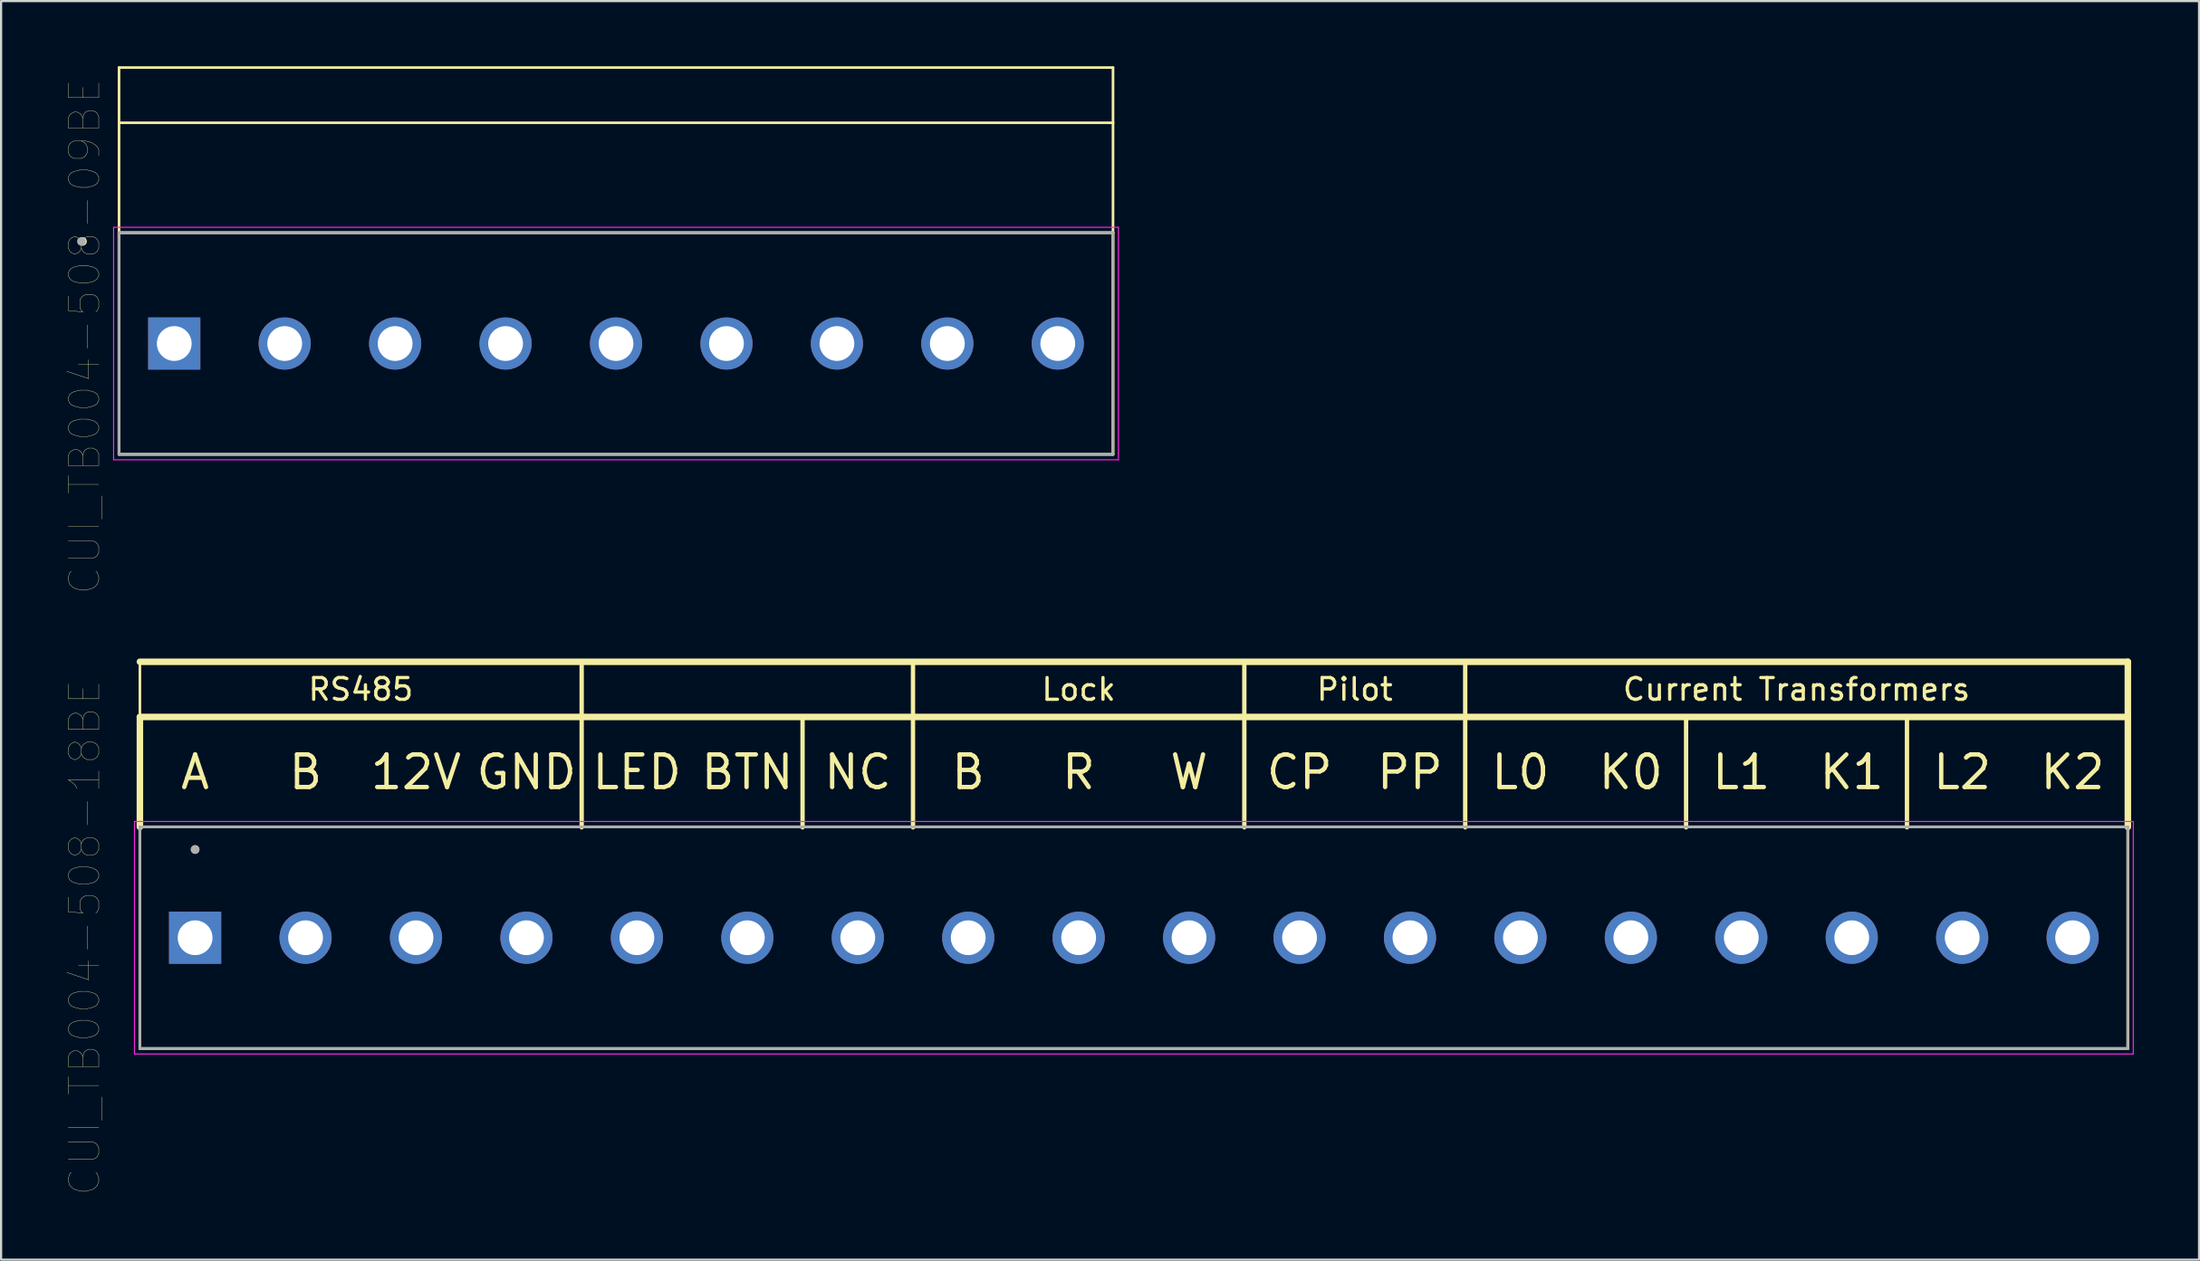
<source format=kicad_pcb>
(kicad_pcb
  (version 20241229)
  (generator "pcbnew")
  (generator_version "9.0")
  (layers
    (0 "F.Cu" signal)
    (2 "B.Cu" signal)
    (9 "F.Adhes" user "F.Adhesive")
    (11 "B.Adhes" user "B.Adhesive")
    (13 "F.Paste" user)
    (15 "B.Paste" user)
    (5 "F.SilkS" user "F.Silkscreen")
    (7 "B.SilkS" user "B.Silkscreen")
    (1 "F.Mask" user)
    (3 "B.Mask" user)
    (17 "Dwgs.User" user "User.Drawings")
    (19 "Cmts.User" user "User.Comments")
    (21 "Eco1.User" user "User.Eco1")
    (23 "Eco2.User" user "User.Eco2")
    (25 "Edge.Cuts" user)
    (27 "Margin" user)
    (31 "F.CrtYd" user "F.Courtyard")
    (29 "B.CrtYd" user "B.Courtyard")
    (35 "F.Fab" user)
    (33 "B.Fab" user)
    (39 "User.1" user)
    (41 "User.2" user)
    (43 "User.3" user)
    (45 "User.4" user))
  (footprint "CUI_TB004-508-18BE"
    (layer "F.Cu")
    (at 5.925 40.106)
    (property "Reference" "CUI_TB004-508-18BE" (at -5.08 0 270) (layer "F.SilkS") (effects (font (size 1.4 1.4) (thickness 0.015))))
    (attr through_hole)
    (fp_line (start -2.54 -12.7) (end 88.9 -12.7) (stroke (width 0.3) (type solid)) (layer "F.SilkS"))
    (fp_line (start -2.54 -10.16) (end -2.54 -12.7) (stroke (width 0.12) (type solid)) (layer "F.SilkS"))
    (fp_line (start -2.54 -10.16) (end 88.9 -10.16) (stroke (width 0.3) (type solid)) (layer "F.SilkS"))
    (fp_line (start -2.54 -5.1) (end -2.54 -10.16) (stroke (width 0.3) (type solid)) (layer "F.SilkS"))
    (fp_line (start -2.54 -5.1) (end 88.9 -5.1) (stroke (width 0.127) (type solid)) (layer "F.SilkS"))
    (fp_line (start -2.54 5.1) (end -2.54 -5.1) (stroke (width 0.127) (type solid)) (layer "F.SilkS"))
    (fp_line (start 17.78 -12.7) (end 17.78 -10.16) (stroke (width 0.2) (type solid)) (layer "F.SilkS"))
    (fp_line (start 17.78 -10.16) (end 17.78 -5.08) (stroke (width 0.2) (type solid)) (layer "F.SilkS"))
    (fp_line (start 27.94 -10.16) (end 27.94 -5.08) (stroke (width 0.2) (type solid)) (layer "F.SilkS"))
    (fp_line (start 33.02 -12.7) (end 33.02 -10.16) (stroke (width 0.2) (type solid)) (layer "F.SilkS"))
    (fp_line (start 33.02 -10.16) (end 33.02 -5.08) (stroke (width 0.2) (type solid)) (layer "F.SilkS"))
    (fp_line (start 48.26 -12.7) (end 48.26 -10.16) (stroke (width 0.2) (type solid)) (layer "F.SilkS"))
    (fp_line (start 48.26 -10.16) (end 48.26 -5.08) (stroke (width 0.2) (type solid)) (layer "F.SilkS"))
    (fp_line (start 58.42 -12.7) (end 58.42 -10.16) (stroke (width 0.2) (type solid)) (layer "F.SilkS"))
    (fp_line (start 58.42 -10.16) (end 58.42 -5.08) (stroke (width 0.2) (type solid)) (layer "F.SilkS"))
    (fp_line (start 68.58 -10.16) (end 68.58 -5.08) (stroke (width 0.2) (type solid)) (layer "F.SilkS"))
    (fp_line (start 78.74 -10.16) (end 78.74 -5.08) (stroke (width 0.2) (type solid)) (layer "F.SilkS"))
    (fp_line (start 88.9 -12.7) (end 88.9 -10.16) (stroke (width 0.3) (type solid)) (layer "F.SilkS"))
    (fp_line (start 88.9 -10.16) (end 88.9 -5.1) (stroke (width 0.3) (type solid)) (layer "F.SilkS"))
    (fp_line (start 88.9 -5.1) (end 88.9 5.1) (stroke (width 0.127) (type solid)) (layer "F.SilkS"))
    (fp_line (start 88.9 5.1) (end -2.54 5.1) (stroke (width 0.127) (type solid)) (layer "F.SilkS"))
    (fp_circle (center 0 -4.06) (end -0.1 -4.06) (stroke (width 0.2) (type solid)) (fill no) (layer "F.SilkS"))
    (fp_line (start -2.79 -5.35) (end 89.15 -5.35) (stroke (width 0.05) (type solid)) (layer "F.CrtYd"))
    (fp_line (start -2.79 5.35) (end -2.79 -5.35) (stroke (width 0.05) (type solid)) (layer "F.CrtYd"))
    (fp_line (start 89.15 -5.35) (end 89.15 5.35) (stroke (width 0.05) (type solid)) (layer "F.CrtYd"))
    (fp_line (start 89.15 5.35) (end -2.79 5.35) (stroke (width 0.05) (type solid)) (layer "F.CrtYd"))
    (fp_line (start -2.54 -5.1) (end 88.9 -5.1) (stroke (width 0.127) (type solid)) (layer "F.Fab"))
    (fp_line (start -2.54 5.1) (end -2.54 -5.1) (stroke (width 0.127) (type solid)) (layer "F.Fab"))
    (fp_line (start 88.9 -5.1) (end 88.9 5.1) (stroke (width 0.127) (type solid)) (layer "F.Fab"))
    (fp_line (start 88.9 5.1) (end -2.54 5.1) (stroke (width 0.127) (type solid)) (layer "F.Fab"))
    (fp_circle (center 0 -4.06) (end -0.1 -4.06) (stroke (width 0.2) (type solid)) (fill no) (layer "F.Fab"))
    (fp_text user "L1" (at 71.12 -7.62 0) (layer "F.SilkS") (effects (font (size 1.5 1.5) (thickness 0.2))))
    (fp_text user "L0" (at 60.96 -7.62 0) (layer "F.SilkS") (effects (font (size 1.5 1.5) (thickness 0.2))))
    (fp_text user "K0" (at 66.04 -7.62 0) (layer "F.SilkS") (effects (font (size 1.5 1.5) (thickness 0.2))))
    (fp_text user "B" (at 5.08 -7.62 0) (layer "F.SilkS") (effects (font (size 1.5 1.5) (thickness 0.2))))
    (fp_text user "R" (at 40.64 -7.62 0) (layer "F.SilkS") (effects (font (size 1.5 1.5) (thickness 0.2))))
    (fp_text user "NC" (at 30.48 -7.62 0) (layer "F.SilkS") (effects (font (size 1.5 1.5) (thickness 0.2))))
    (fp_text user "RS485" (at 7.62 -11.43 0) (layer "F.SilkS") (effects (font (size 1 1) (thickness 0.15))))
    (fp_text user "12V" (at 10.16 -7.62 0) (layer "F.SilkS") (effects (font (size 1.5 1.5) (thickness 0.2))))
    (fp_text user "L2" (at 81.28 -7.62 0) (layer "F.SilkS") (effects (font (size 1.5 1.5) (thickness 0.2))))
    (fp_text user "K1" (at 76.2 -7.62 0) (layer "F.SilkS") (effects (font (size 1.5 1.5) (thickness 0.2))))
    (fp_text user "LED" (at 20.32 -7.62 0) (layer "F.SilkS") (effects (font (size 1.5 1.5) (thickness 0.2))))
    (fp_text user "BTN" (at 25.4 -7.62 0) (layer "F.SilkS") (effects (font (size 1.5 1.5) (thickness 0.2))))
    (fp_text user "B" (at 35.56 -7.62 0) (layer "F.SilkS") (effects (font (size 1.5 1.5) (thickness 0.2))))
    (fp_text user "PP" (at 55.88 -7.62 0) (layer "F.SilkS") (effects (font (size 1.5 1.5) (thickness 0.2))))
    (fp_text user "W" (at 45.72 -7.62 0) (layer "F.SilkS") (effects (font (size 1.5 1.5) (thickness 0.2))))
    (fp_text user "A" (at 0 -7.62 0) (layer "F.SilkS") (effects (font (size 1.5 1.5) (thickness 0.2))))
    (fp_text user "Pilot" (at 53.34 -11.43 0) (layer "F.SilkS") (effects (font (size 1 1) (thickness 0.15))))
    (fp_text user "Current Transformers" (at 73.66 -11.43 0) (layer "F.SilkS") (effects (font (size 1 1) (thickness 0.15))))
    (fp_text user "CP" (at 50.8 -7.62 0) (layer "F.SilkS") (effects (font (size 1.5 1.5) (thickness 0.2))))
    (fp_text user "K2" (at 86.36 -7.62 0) (layer "F.SilkS") (effects (font (size 1.5 1.5) (thickness 0.2))))
    (fp_text user "GND" (at 15.24 -7.62 0) (layer "F.SilkS") (effects (font (size 1.5 1.5) (thickness 0.2))))
    (fp_text user "Lock" (at 40.64 -11.43 0) (layer "F.SilkS") (effects (font (size 1 1) (thickness 0.15))))
    (pad "1" thru_hole rect (at 0 0) (size 2.4 2.4) (drill 1.6) (layers "*.Cu" "*.Mask"))
    (pad "2" thru_hole circle (at 5.08 0) (size 2.4 2.4) (drill 1.6) (layers "*.Cu" "*.Mask"))
    (pad "3" thru_hole circle (at 10.16 0) (size 2.4 2.4) (drill 1.6) (layers "*.Cu" "*.Mask"))
    (pad "4" thru_hole circle (at 15.24 0) (size 2.4 2.4) (drill 1.6) (layers "*.Cu" "*.Mask"))
    (pad "5" thru_hole circle (at 20.32 0) (size 2.4 2.4) (drill 1.6) (layers "*.Cu" "*.Mask"))
    (pad "6" thru_hole circle (at 25.4 0) (size 2.4 2.4) (drill 1.6) (layers "*.Cu" "*.Mask"))
    (pad "7" thru_hole circle (at 30.48 0) (size 2.4 2.4) (drill 1.6) (layers "*.Cu" "*.Mask"))
    (pad "8" thru_hole circle (at 35.56 0) (size 2.4 2.4) (drill 1.6) (layers "*.Cu" "*.Mask"))
    (pad "9" thru_hole circle (at 40.64 0) (size 2.4 2.4) (drill 1.6) (layers "*.Cu" "*.Mask"))
    (pad "10" thru_hole circle (at 45.72 0) (size 2.4 2.4) (drill 1.6) (layers "*.Cu" "*.Mask"))
    (pad "11" thru_hole circle (at 50.8 0) (size 2.4 2.4) (drill 1.6) (layers "*.Cu" "*.Mask"))
    (pad "12" thru_hole circle (at 55.88 0) (size 2.4 2.4) (drill 1.6) (layers "*.Cu" "*.Mask"))
    (pad "13" thru_hole circle (at 60.96 0) (size 2.4 2.4) (drill 1.6) (layers "*.Cu" "*.Mask"))
    (pad "14" thru_hole circle (at 66.04 0) (size 2.4 2.4) (drill 1.6) (layers "*.Cu" "*.Mask"))
    (pad "15" thru_hole circle (at 71.12 0) (size 2.4 2.4) (drill 1.6) (layers "*.Cu" "*.Mask"))
    (pad "16" thru_hole circle (at 76.2 0) (size 2.4 2.4) (drill 1.6) (layers "*.Cu" "*.Mask"))
    (pad "17" thru_hole circle (at 81.28 0) (size 2.4 2.4) (drill 1.6) (layers "*.Cu" "*.Mask"))
    (pad "18" thru_hole circle (at 86.36 0) (size 2.4 2.4) (drill 1.6) (layers "*.Cu" "*.Mask")))
  (footprint "CUI_TB004-508-09BE"
    (layer "F.Cu")
    (at 4.965 12.76)
    (property "Reference" "CUI_TB004-508-09BE" (at -4.12 -0.32 90) (layer "F.SilkS") (effects (font (size 1.4 1.4) (thickness 0.015))))
    (attr through_hole)
    (fp_line (start -2.54 -12.7) (end 43.18 -12.7) (stroke (width 0.12) (type solid)) (layer "F.SilkS"))
    (fp_line (start -2.54 -10.16) (end -2.54 -12.7) (stroke (width 0.12) (type solid)) (layer "F.SilkS"))
    (fp_line (start -2.54 -10.16) (end -2.54 -5.1) (stroke (width 0.12) (type solid)) (layer "F.SilkS"))
    (fp_line (start -2.54 -5.1) (end 43.18 -5.1) (stroke (width 0.127) (type solid)) (layer "F.SilkS"))
    (fp_line (start -2.54 5.1) (end -2.54 -5.1) (stroke (width 0.127) (type solid)) (layer "F.SilkS"))
    (fp_line (start 43.18 -12.7) (end 43.18 -10.16) (stroke (width 0.12) (type solid)) (layer "F.SilkS"))
    (fp_line (start 43.18 -10.16) (end -2.54 -10.16) (stroke (width 0.12) (type solid)) (layer "F.SilkS"))
    (fp_line (start 43.18 -5.1) (end 43.18 5.1) (stroke (width 0.127) (type solid)) (layer "F.SilkS"))
    (fp_line (start 43.18 -5.08) (end 43.18 -10.16) (stroke (width 0.12) (type solid)) (layer "F.SilkS"))
    (fp_line (start 43.18 5.1) (end -2.54 5.1) (stroke (width 0.127) (type solid)) (layer "F.SilkS"))
    (fp_circle (center -4.22 -4.7) (end -4.12 -4.7) (stroke (width 0.2) (type solid)) (fill no) (layer "F.SilkS"))
    (fp_line (start -2.79 -5.35) (end 43.43 -5.35) (stroke (width 0.05) (type solid)) (layer "F.CrtYd"))
    (fp_line (start -2.79 5.35) (end -2.79 -5.35) (stroke (width 0.05) (type solid)) (layer "F.CrtYd"))
    (fp_line (start 43.43 -5.35) (end 43.43 5.35) (stroke (width 0.05) (type solid)) (layer "F.CrtYd"))
    (fp_line (start 43.43 5.35) (end -2.79 5.35) (stroke (width 0.05) (type solid)) (layer "F.CrtYd"))
    (fp_line (start -2.54 -5.1) (end 43.18 -5.1) (stroke (width 0.127) (type solid)) (layer "F.Fab"))
    (fp_line (start -2.54 5.1) (end -2.54 -5.1) (stroke (width 0.127) (type solid)) (layer "F.Fab"))
    (fp_line (start 43.18 -5.1) (end 43.18 5.1) (stroke (width 0.127) (type solid)) (layer "F.Fab"))
    (fp_line (start 43.18 5.1) (end -2.54 5.1) (stroke (width 0.127) (type solid)) (layer "F.Fab"))
    (fp_circle (center -4.27 -4.7) (end -4.17 -4.7) (stroke (width 0.2) (type solid)) (fill no) (layer "F.Fab"))
    (pad "1" thru_hole rect (at 0 0) (size 2.4 2.4) (drill 1.6) (layers "*.Cu" "*.Mask"))
    (pad "2" thru_hole circle (at 5.08 0) (size 2.4 2.4) (drill 1.6) (layers "*.Cu" "*.Mask"))
    (pad "3" thru_hole circle (at 10.16 0) (size 2.4 2.4) (drill 1.6) (layers "*.Cu" "*.Mask"))
    (pad "4" thru_hole circle (at 15.24 0) (size 2.4 2.4) (drill 1.6) (layers "*.Cu" "*.Mask"))
    (pad "5" thru_hole circle (at 20.32 0) (size 2.4 2.4) (drill 1.6) (layers "*.Cu" "*.Mask"))
    (pad "6" thru_hole circle (at 25.4 0) (size 2.4 2.4) (drill 1.6) (layers "*.Cu" "*.Mask"))
    (pad "7" thru_hole circle (at 30.48 0) (size 2.4 2.4) (drill 1.6) (layers "*.Cu" "*.Mask"))
    (pad "8" thru_hole circle (at 35.56 0) (size 2.4 2.4) (drill 1.6) (layers "*.Cu" "*.Mask"))
    (pad "9" thru_hole circle (at 40.64 0) (size 2.4 2.4) (drill 1.6) (layers "*.Cu" "*.Mask")))
  (gr_rect
    (start -3 -3)
    (end 98.1 54.922)
    (stroke (width 0.1) (type default))
    (fill no)
    (layer "Edge.Cuts")))
</source>
